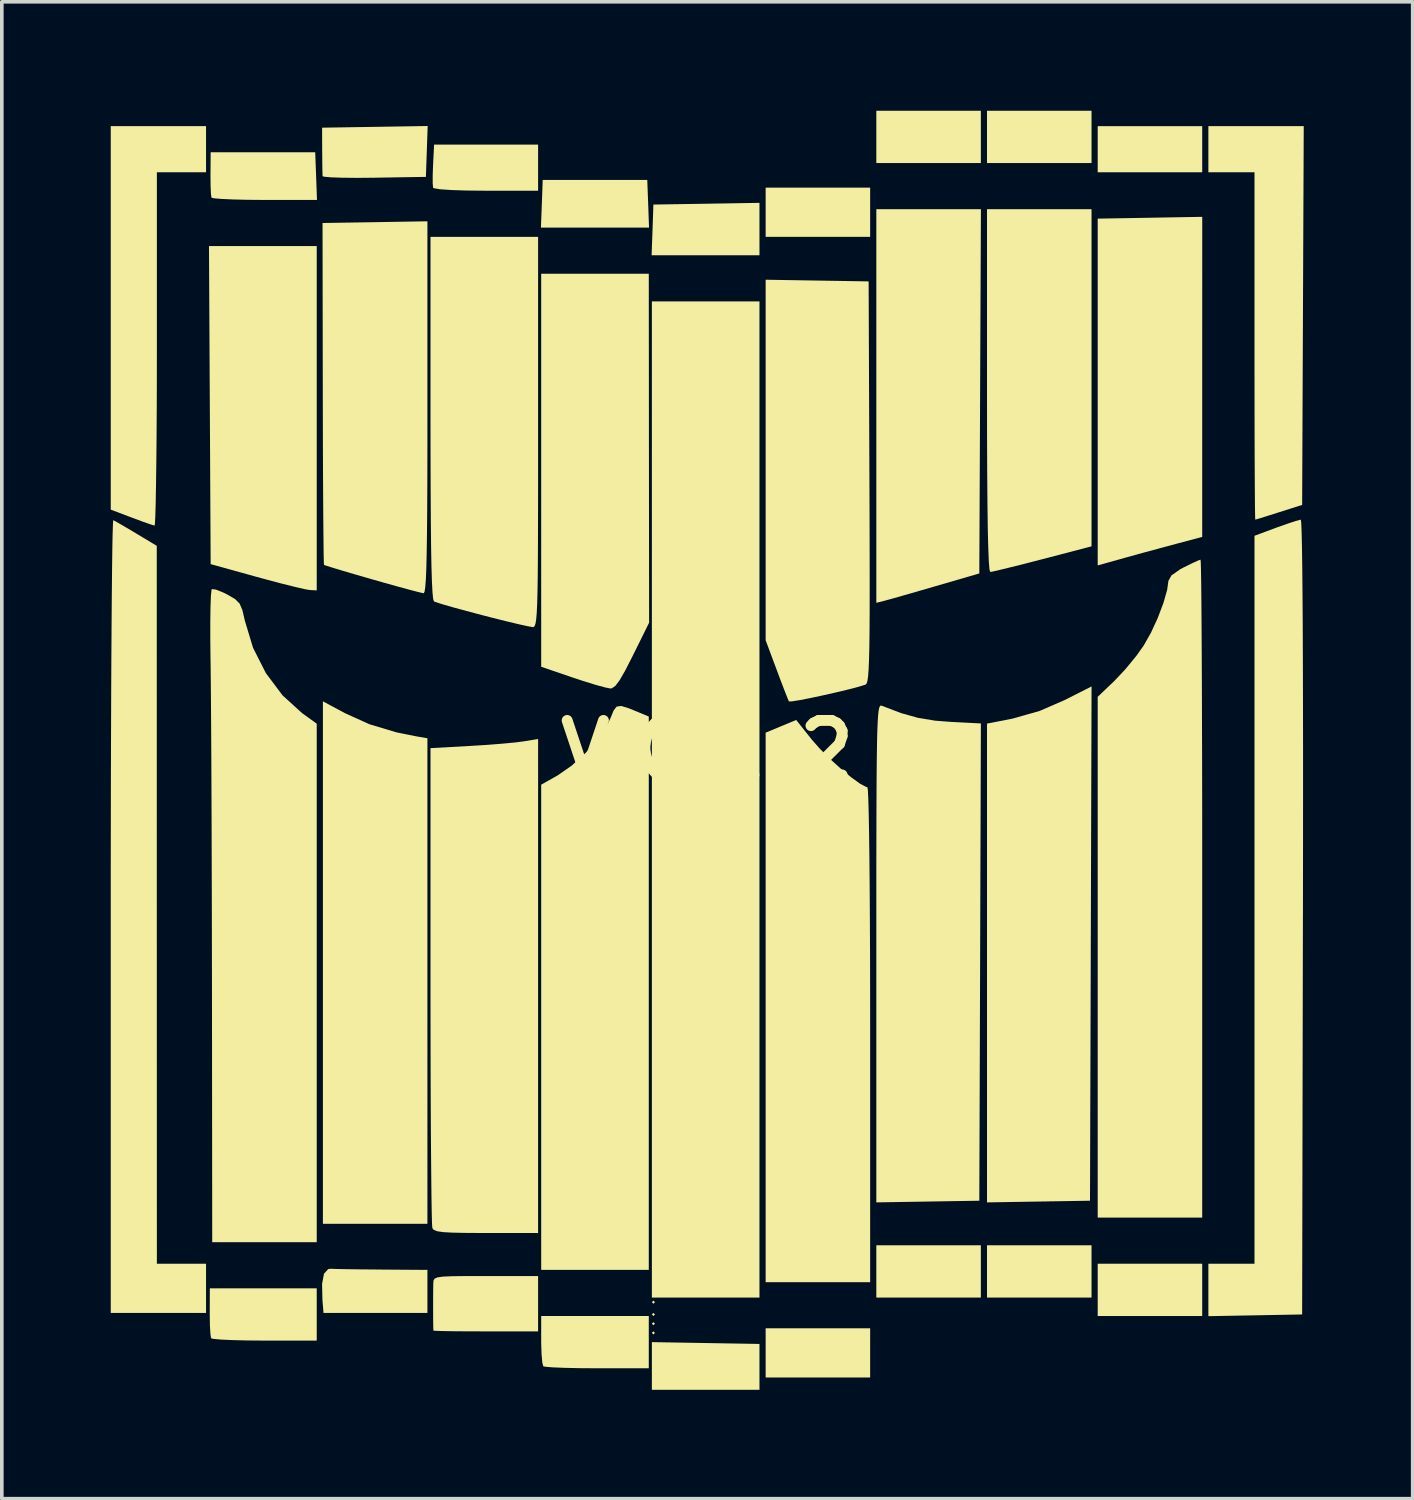
<source format=kicad_pcb>
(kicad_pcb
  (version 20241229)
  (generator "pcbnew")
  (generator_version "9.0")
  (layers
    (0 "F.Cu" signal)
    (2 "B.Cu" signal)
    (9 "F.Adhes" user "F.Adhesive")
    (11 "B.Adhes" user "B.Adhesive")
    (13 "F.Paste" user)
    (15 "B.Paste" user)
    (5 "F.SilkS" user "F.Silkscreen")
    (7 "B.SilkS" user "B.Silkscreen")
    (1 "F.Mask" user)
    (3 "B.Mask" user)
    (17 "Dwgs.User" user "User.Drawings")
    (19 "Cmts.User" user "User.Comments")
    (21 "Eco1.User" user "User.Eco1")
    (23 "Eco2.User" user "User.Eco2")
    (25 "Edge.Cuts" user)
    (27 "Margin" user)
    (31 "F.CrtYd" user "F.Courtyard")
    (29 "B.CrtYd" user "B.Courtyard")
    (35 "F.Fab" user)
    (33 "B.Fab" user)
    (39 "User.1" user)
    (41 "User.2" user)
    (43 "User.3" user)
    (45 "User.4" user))
  (footprint "VIGIL 2"
    (layer "F.Cu")
    (at 16.425 17.611)
    (property "Reference" "VIGIL 2" (at 0 0 0) (layer "F.SilkS") (effects (font (size 1.5 1.5) (thickness 0.3))))
    (attr board_only exclude_from_pos_files exclude_from_bom)
    (fp_poly (pts (xy -1.439 15.198) (xy -1.482 15.24) (xy -1.524 15.198) (xy -1.482 15.155)) (stroke (width 0) (type solid)) (fill yes) (layer "F.SilkS"))
    (fp_poly (pts (xy -1.439 15.536) (xy -1.482 15.579) (xy -1.524 15.536) (xy -1.482 15.494)) (stroke (width 0) (type solid)) (fill yes) (layer "F.SilkS"))
    (fp_poly (pts (xy -1.439 15.79) (xy -1.482 15.833) (xy -1.524 15.79) (xy -1.482 15.748)) (stroke (width 0) (type solid)) (fill yes) (layer "F.SilkS"))
    (fp_poly (pts (xy -1.439 16.044) (xy -1.482 16.087) (xy -1.524 16.044) (xy -1.482 16.002)) (stroke (width 0) (type solid)) (fill yes) (layer "F.SilkS"))
    (fp_poly (pts (xy -1.626 -15.05) (xy -1.602 -14.393) (xy -3.09 -14.393) (xy -4.579 -14.393) (xy -4.554 -15.05) (xy -4.53 -15.706) (xy -3.09 -15.706) (xy -1.651 -15.706)) (stroke (width 0) (type solid)) (fill yes) (layer "F.SilkS"))
    (fp_poly (pts (xy -0.042 16.323) (xy 1.439 16.348) (xy 1.439 16.979) (xy 1.439 17.611) (xy -0.042 17.611) (xy -1.524 17.611) (xy -1.524 16.954) (xy -1.524 16.298)) (stroke (width 0) (type solid)) (fill yes) (layer "F.SilkS"))
    (fp_poly (pts (xy 1.439 -14.353) (xy 1.439 -13.631) (xy -0.046 -13.631) (xy -1.531 -13.631) (xy -1.506 -14.33) (xy -1.482 -15.028) (xy -0.021 -15.051) (xy 1.439 -15.075)) (stroke (width 0) (type solid)) (fill yes) (layer "F.SilkS"))
    (fp_poly (pts (xy 1.439 1.355) (xy 1.439 15.071) (xy -0.042 15.071) (xy -1.524 15.071) (xy -1.524 1.355) (xy -1.524 -12.361) (xy -0.042 -12.361) (xy 1.439 -12.361)) (stroke (width 0) (type solid)) (fill yes) (layer "F.SilkS"))
    (fp_poly (pts (xy 4.487 -14.817) (xy 4.487 -14.139) (xy 3.048 -14.139) (xy 1.609 -14.139) (xy 1.609 -14.817) (xy 1.609 -15.494) (xy 3.048 -15.494) (xy 4.487 -15.494)) (stroke (width 0) (type solid)) (fill yes) (layer "F.SilkS"))
    (fp_poly (pts (xy 4.487 16.595) (xy 4.487 17.272) (xy 3.048 17.272) (xy 1.609 17.272) (xy 1.609 16.595) (xy 1.609 15.917) (xy 3.048 15.917) (xy 4.487 15.917)) (stroke (width 0) (type solid)) (fill yes) (layer "F.SilkS"))
    (fp_poly (pts (xy 7.535 -16.891) (xy 7.535 -16.171) (xy 6.096 -16.171) (xy 4.657 -16.171) (xy 4.657 -16.891) (xy 4.657 -17.611) (xy 6.096 -17.611) (xy 7.535 -17.611)) (stroke (width 0) (type solid)) (fill yes) (layer "F.SilkS"))
    (fp_poly (pts (xy 7.535 14.351) (xy 7.535 15.071) (xy 6.096 15.071) (xy 4.657 15.071) (xy 4.657 14.351) (xy 4.657 13.631) (xy 6.096 13.631) (xy 7.535 13.631)) (stroke (width 0) (type solid)) (fill yes) (layer "F.SilkS"))
    (fp_poly (pts (xy 10.583 -16.891) (xy 10.583 -16.171) (xy 9.144 -16.171) (xy 7.705 -16.171) (xy 7.705 -16.891) (xy 7.705 -17.611) (xy 9.144 -17.611) (xy 10.583 -17.611)) (stroke (width 0) (type solid)) (fill yes) (layer "F.SilkS"))
    (fp_poly (pts (xy 10.583 14.351) (xy 10.583 15.071) (xy 9.144 15.071) (xy 7.705 15.071) (xy 7.705 14.351) (xy 7.705 13.631) (xy 9.144 13.631) (xy 10.583 13.631)) (stroke (width 0) (type solid)) (fill yes) (layer "F.SilkS"))
    (fp_poly (pts (xy 13.631 -16.552) (xy 13.631 -15.917) (xy 12.192 -15.917) (xy 10.753 -15.917) (xy 10.753 -16.552) (xy 10.753 -17.187) (xy 12.192 -17.187) (xy 13.631 -17.187)) (stroke (width 0) (type solid)) (fill yes) (layer "F.SilkS"))
    (fp_poly (pts (xy 13.631 14.859) (xy 13.631 15.579) (xy 12.192 15.579) (xy 10.753 15.579) (xy 10.753 14.859) (xy 10.753 14.139) (xy 12.192 14.139) (xy 13.631 14.139)) (stroke (width 0) (type solid)) (fill yes) (layer "F.SilkS"))
    (fp_poly (pts (xy 10.563 5.323) (xy 10.541 12.404) (xy 9.123 12.427) (xy 7.705 12.45) (xy 7.705 5.857) (xy 7.705 -0.735) (xy 8.403 -0.871) (xy 9.153 -1.083) (xy 9.843 -1.383) (xy 10.584 -1.758)) (stroke (width 0) (type solid)) (fill yes) (layer "F.SilkS"))
    (fp_poly (pts (xy -9.97 -1.019) (xy -9.302 -0.717) (xy -8.559 -0.494) (xy -8.022 -0.386) (xy -7.705 -0.331) (xy -7.705 6.354) (xy -7.705 13.039) (xy -9.144 13.039) (xy -10.583 13.039) (xy -10.583 5.846) (xy -10.583 -1.348)) (stroke (width 0) (type solid)) (fill yes) (layer "F.SilkS"))
    (fp_poly (pts (xy 13.631 -10.283) (xy 13.631 -5.876) (xy 12.933 -5.69) (xy 12.498 -5.573) (xy 12 -5.438) (xy 11.54 -5.311) (xy 11.493 -5.298) (xy 10.753 -5.091) (xy 10.753 -9.865) (xy 10.753 -14.64) (xy 12.192 -14.665) (xy 13.632 -14.69)) (stroke (width 0) (type solid)) (fill yes) (layer "F.SilkS"))
    (fp_poly (pts (xy -10.753 -9.144) (xy -10.753 -4.403) (xy -10.943 -4.413) (xy -11.089 -4.438) (xy -11.364 -4.502) (xy -11.735 -4.595) (xy -12.169 -4.71) (xy -12.404 -4.774) (xy -13.674 -5.126) (xy -13.697 -9.506) (xy -13.72 -13.885) (xy -12.236 -13.885) (xy -10.753 -13.885)) (stroke (width 0) (type solid)) (fill yes) (layer "F.SilkS"))
    (fp_poly (pts (xy 7.515 -9.885) (xy 7.493 -4.87) (xy 6.28 -4.517) (xy 5.835 -4.388) (xy 5.435 -4.273) (xy 5.113 -4.181) (xy 4.905 -4.124) (xy 4.861 -4.112) (xy 4.657 -4.061) (xy 4.657 -9.481) (xy 4.657 -14.901) (xy 6.097 -14.901) (xy 7.537 -14.901)) (stroke (width 0) (type solid)) (fill yes) (layer "F.SilkS"))
    (fp_poly (pts (xy -4.657 -16.044) (xy -4.657 -15.409) (xy -6.089 -15.409) (xy -6.619 -15.414) (xy -7.048 -15.428) (xy -7.357 -15.449) (xy -7.524 -15.477) (xy -7.549 -15.492) (xy -7.56 -15.615) (xy -7.559 -15.853) (xy -7.549 -16.127) (xy -7.521 -16.679) (xy -6.089 -16.679) (xy -4.657 -16.679)) (stroke (width 0) (type solid)) (fill yes) (layer "F.SilkS"))
    (fp_poly (pts (xy -10.77 -15.812) (xy -10.746 -15.155) (xy -12.183 -15.155) (xy -12.658 -15.159) (xy -13.071 -15.169) (xy -13.392 -15.184) (xy -13.595 -15.202) (xy -13.652 -15.219) (xy -13.667 -15.33) (xy -13.676 -15.561) (xy -13.679 -15.863) (xy -13.678 -15.875) (xy -13.674 -16.468) (xy -12.234 -16.468) (xy -10.795 -16.468)) (stroke (width 0) (type solid)) (fill yes) (layer "F.SilkS"))
    (fp_poly (pts (xy -10.753 15.536) (xy -10.753 16.256) (xy -12.187 16.256) (xy -12.662 16.252) (xy -13.076 16.242) (xy -13.399 16.227) (xy -13.603 16.208) (xy -13.662 16.191) (xy -13.68 16.081) (xy -13.694 15.847) (xy -13.699 15.537) (xy -13.699 15.471) (xy -13.697 14.817) (xy -12.225 14.817) (xy -10.753 14.817)) (stroke (width 0) (type solid)) (fill yes) (layer "F.SilkS"))
    (fp_poly (pts (xy -10.229 14.283) (xy -9.953 14.289) (xy -9.577 14.294) (xy -9.137 14.298) (xy -8.954 14.3) (xy -7.705 14.309) (xy -7.705 14.901) (xy -7.705 15.494) (xy -9.135 15.494) (xy -10.566 15.494) (xy -10.596 15.134) (xy -10.606 14.698) (xy -10.553 14.414) (xy -10.436 14.286) (xy -10.372 14.278)) (stroke (width 0) (type solid)) (fill yes) (layer "F.SilkS"))
    (fp_poly (pts (xy -7.722 -16.491) (xy -7.747 -15.79) (xy -9.165 -15.767) (xy -9.635 -15.763) (xy -10.039 -15.767) (xy -10.352 -15.777) (xy -10.544 -15.794) (xy -10.592 -15.809) (xy -10.596 -15.921) (xy -10.6 -16.154) (xy -10.602 -16.462) (xy -10.603 -16.51) (xy -10.605 -17.145) (xy -9.151 -17.168) (xy -7.698 -17.191)) (stroke (width 0) (type solid)) (fill yes) (layer "F.SilkS"))
    (fp_poly (pts (xy -1.609 16.298) (xy -1.609 17.018) (xy -3.034 17.018) (xy -3.509 17.015) (xy -3.924 17.006) (xy -4.249 16.993) (xy -4.456 16.976) (xy -4.516 16.962) (xy -4.542 16.856) (xy -4.562 16.625) (xy -4.572 16.316) (xy -4.572 16.242) (xy -4.572 15.579) (xy -3.09 15.579) (xy -1.609 15.579)) (stroke (width 0) (type solid)) (fill yes) (layer "F.SilkS"))
    (fp_poly (pts (xy -1.605 -8.319) (xy -1.6 -3.514) (xy -2.049 -2.606) (xy -2.256 -2.201) (xy -2.411 -1.93) (xy -2.53 -1.773) (xy -2.627 -1.707) (xy -2.667 -1.702) (xy -2.814 -1.731) (xy -3.08 -1.804) (xy -3.422 -1.91) (xy -3.704 -2.003) (xy -4.572 -2.3) (xy -4.572 -7.712) (xy -4.572 -13.123) (xy -3.09 -13.123) (xy -1.609 -13.123)) (stroke (width 0) (type solid)) (fill yes) (layer "F.SilkS"))
    (fp_poly (pts (xy -2.167 -1.16) (xy -1.891 -1.047) (xy -1.609 -0.929) (xy -1.609 6.69) (xy -1.609 14.309) (xy -3.09 14.309) (xy -4.572 14.309) (xy -4.572 7.628) (xy -4.572 0.947) (xy -4.123 0.694) (xy -3.733 0.424) (xy -3.345 0.069) (xy -3.002 -0.325) (xy -2.745 -0.711) (xy -2.662 -0.889) (xy -2.578 -1.094) (xy -2.495 -1.202) (xy -2.371 -1.221)) (stroke (width 0) (type solid)) (fill yes) (layer "F.SilkS"))
    (fp_poly (pts (xy 10.583 -10.259) (xy 10.583 -5.616) (xy 9.232 -5.263) (xy 8.775 -5.145) (xy 8.372 -5.044) (xy 8.055 -4.967) (xy 7.851 -4.92) (xy 7.793 -4.911) (xy 7.772 -4.984) (xy 7.754 -5.208) (xy 7.739 -5.583) (xy 7.726 -6.113) (xy 7.717 -6.802) (xy 7.71 -7.651) (xy 7.706 -8.663) (xy 7.705 -9.842) (xy 7.705 -9.906) (xy 7.705 -14.901) (xy 9.144 -14.901) (xy 10.583 -14.901)) (stroke (width 0) (type solid)) (fill yes) (layer "F.SilkS"))
    (fp_poly (pts (xy -13.801 -16.552) (xy -13.801 -15.917) (xy -14.478 -15.917) (xy -15.155 -15.917) (xy -15.155 -11.049) (xy -15.156 -10.159) (xy -15.159 -9.321) (xy -15.164 -8.552) (xy -15.171 -7.865) (xy -15.179 -7.275) (xy -15.188 -6.798) (xy -15.198 -6.448) (xy -15.209 -6.241) (xy -15.219 -6.187) (xy -15.324 -6.219) (xy -15.542 -6.295) (xy -15.827 -6.401) (xy -15.854 -6.411) (xy -16.425 -6.627) (xy -16.425 -11.907) (xy -16.425 -17.187) (xy -15.113 -17.187) (xy -13.801 -17.187)) (stroke (width 0) (type solid)) (fill yes) (layer "F.SilkS"))
    (fp_poly (pts (xy 16.405 -11.972) (xy 16.383 -6.757) (xy 15.748 -6.555) (xy 15.448 -6.46) (xy 15.218 -6.388) (xy 15.099 -6.353) (xy 15.092 -6.351) (xy 15.088 -6.433) (xy 15.084 -6.669) (xy 15.081 -7.045) (xy 15.078 -7.544) (xy 15.075 -8.153) (xy 15.073 -8.855) (xy 15.072 -9.636) (xy 15.071 -10.482) (xy 15.071 -11.134) (xy 15.071 -15.917) (xy 14.436 -15.917) (xy 13.801 -15.917) (xy 13.801 -16.552) (xy 13.801 -17.187) (xy 15.114 -17.187) (xy 16.427 -17.187)) (stroke (width 0) (type solid)) (fill yes) (layer "F.SilkS"))
    (fp_poly (pts (xy -4.657 15.24) (xy -4.657 16.002) (xy -6.096 16.002) (xy -6.569 16.001) (xy -6.977 15.998) (xy -7.293 15.993) (xy -7.489 15.986) (xy -7.541 15.981) (xy -7.544 15.888) (xy -7.547 15.677) (xy -7.548 15.399) (xy -7.548 15.105) (xy -7.546 14.846) (xy -7.543 14.675) (xy -7.543 14.668) (xy -7.536 14.599) (xy -7.505 14.549) (xy -7.427 14.515) (xy -7.278 14.494) (xy -7.034 14.483) (xy -6.67 14.479) (xy -6.164 14.478) (xy -6.096 14.478) (xy -4.657 14.478)) (stroke (width 0) (type solid)) (fill yes) (layer "F.SilkS"))
    (fp_poly (pts (xy 4.805 -1.227) (xy 5.342 -1.023) (xy 5.809 -0.892) (xy 6.28 -0.815) (xy 6.71 -0.782) (xy 7.536 -0.739) (xy 7.515 5.832) (xy 7.493 12.404) (xy 6.075 12.427) (xy 4.657 12.45) (xy 4.657 5.581) (xy 4.657 4.341) (xy 4.657 3.26) (xy 4.659 2.327) (xy 4.661 1.531) (xy 4.664 0.862) (xy 4.669 0.308) (xy 4.675 -0.14) (xy 4.683 -0.494) (xy 4.694 -0.764) (xy 4.706 -0.961) (xy 4.721 -1.095) (xy 4.739 -1.178) (xy 4.76 -1.22) (xy 4.784 -1.232)) (stroke (width 0) (type solid)) (fill yes) (layer "F.SilkS"))
    (fp_poly (pts (xy 2.88 -0.295) (xy 3.104 -0.04) (xy 3.38 0.236) (xy 3.678 0.506) (xy 3.965 0.744) (xy 4.209 0.921) (xy 4.379 1.01) (xy 4.411 1.016) (xy 4.424 1.099) (xy 4.436 1.341) (xy 4.447 1.733) (xy 4.457 2.264) (xy 4.466 2.925) (xy 4.473 3.705) (xy 4.479 4.594) (xy 4.484 5.583) (xy 4.486 6.661) (xy 4.487 7.819) (xy 4.487 7.832) (xy 4.487 14.647) (xy 3.048 14.647) (xy 1.609 14.647) (xy 1.609 7.081) (xy 1.609 -0.485) (xy 2.029 -0.66) (xy 2.45 -0.835)) (stroke (width 0) (type solid)) (fill yes) (layer "F.SilkS"))
    (fp_poly (pts (xy -4.657 6.49) (xy -4.657 13.293) (xy -6.087 13.293) (xy -6.62 13.291) (xy -7.007 13.283) (xy -7.271 13.269) (xy -7.438 13.244) (xy -7.529 13.208) (xy -7.569 13.159) (xy -7.577 13.055) (xy -7.585 12.794) (xy -7.592 12.391) (xy -7.598 11.859) (xy -7.604 11.21) (xy -7.61 10.458) (xy -7.614 9.616) (xy -7.617 8.697) (xy -7.619 7.715) (xy -7.62 6.684) (xy -7.62 6.483) (xy -7.62 -0.059) (xy -6.54 -0.119) (xy -6.087 -0.147) (xy -5.655 -0.181) (xy -5.294 -0.215) (xy -5.059 -0.245) (xy -4.657 -0.312)) (stroke (width 0) (type solid)) (fill yes) (layer "F.SilkS"))
    (fp_poly (pts (xy 16.358 -6.266) (xy 16.368 -6.018) (xy 16.378 -5.609) (xy 16.386 -5.045) (xy 16.393 -4.33) (xy 16.399 -3.47) (xy 16.403 -2.468) (xy 16.406 -1.329) (xy 16.408 -0.058) (xy 16.408 1.34) (xy 16.407 2.861) (xy 16.405 4.5) (xy 16.404 4.593) (xy 16.383 15.536) (xy 15.092 15.56) (xy 13.801 15.583) (xy 13.801 14.861) (xy 13.801 14.139) (xy 14.436 14.139) (xy 15.071 14.139) (xy 15.071 4.116) (xy 15.071 -5.907) (xy 15.668 -6.129) (xy 15.967 -6.235) (xy 16.205 -6.314) (xy 16.338 -6.349) (xy 16.346 -6.35)) (stroke (width 0) (type solid)) (fill yes) (layer "F.SilkS"))
    (fp_poly (pts (xy -16.253 -6.281) (xy -16.047 -6.162) (xy -15.778 -6.003) (xy -15.722 -5.969) (xy -15.158 -5.63) (xy -15.157 4.255) (xy -15.155 14.139) (xy -14.478 14.139) (xy -13.801 14.139) (xy -13.801 14.817) (xy -13.801 15.494) (xy -15.113 15.494) (xy -16.425 15.494) (xy -16.425 4.565) (xy -16.425 3.22) (xy -16.423 1.923) (xy -16.421 0.684) (xy -16.417 -0.487) (xy -16.413 -1.581) (xy -16.408 -2.586) (xy -16.402 -3.494) (xy -16.396 -4.294) (xy -16.389 -4.977) (xy -16.382 -5.532) (xy -16.374 -5.95) (xy -16.365 -6.22) (xy -16.357 -6.333) (xy -16.355 -6.336)) (stroke (width 0) (type solid)) (fill yes) (layer "F.SilkS"))
    (fp_poly (pts (xy 3.027 -12.935) (xy 4.445 -12.912) (xy 4.467 -7.385) (xy 4.471 -6.27) (xy 4.473 -5.313) (xy 4.474 -4.502) (xy 4.473 -3.825) (xy 4.47 -3.269) (xy 4.464 -2.824) (xy 4.455 -2.478) (xy 4.444 -2.218) (xy 4.43 -2.034) (xy 4.412 -1.912) (xy 4.391 -1.842) (xy 4.366 -1.811) (xy 4.361 -1.809) (xy 4.179 -1.752) (xy 3.899 -1.678) (xy 3.556 -1.596) (xy 3.191 -1.513) (xy 2.839 -1.438) (xy 2.54 -1.38) (xy 2.331 -1.347) (xy 2.25 -1.345) (xy 2.209 -1.442) (xy 2.123 -1.661) (xy 2.006 -1.967) (xy 1.914 -2.213) (xy 1.609 -3.029) (xy 1.609 -7.994) (xy 1.609 -12.958)) (stroke (width 0) (type solid)) (fill yes) (layer "F.SilkS"))
    (fp_poly (pts (xy 13.592 -5.166) (xy 13.598 -4.925) (xy 13.604 -4.537) (xy 13.609 -4.012) (xy 13.614 -3.361) (xy 13.618 -2.596) (xy 13.622 -1.727) (xy 13.625 -0.766) (xy 13.628 0.277) (xy 13.63 1.391) (xy 13.631 2.564) (xy 13.631 3.787) (xy 13.631 3.81) (xy 13.631 12.869) (xy 12.192 12.869) (xy 10.753 12.869) (xy 10.753 5.699) (xy 10.753 -1.472) (xy 11.214 -1.912) (xy 11.511 -2.227) (xy 11.816 -2.598) (xy 12.019 -2.884) (xy 12.219 -3.236) (xy 12.406 -3.643) (xy 12.562 -4.054) (xy 12.666 -4.418) (xy 12.7 -4.664) (xy 12.784 -4.816) (xy 13.033 -4.99) (xy 13.121 -5.036) (xy 13.359 -5.153) (xy 13.531 -5.231) (xy 13.586 -5.249)) (stroke (width 0) (type solid)) (fill yes) (layer "F.SilkS"))
    (fp_poly (pts (xy -7.705 -9.442) (xy -7.705 -8.342) (xy -7.707 -7.4) (xy -7.711 -6.607) (xy -7.717 -5.952) (xy -7.725 -5.424) (xy -7.735 -5.013) (xy -7.748 -4.708) (xy -7.764 -4.499) (xy -7.782 -4.375) (xy -7.804 -4.327) (xy -7.811 -4.325) (xy -7.925 -4.35) (xy -8.171 -4.413) (xy -8.52 -4.508) (xy -8.941 -4.626) (xy -9.222 -4.706) (xy -9.665 -4.834) (xy -10.046 -4.946) (xy -10.339 -5.035) (xy -10.515 -5.091) (xy -10.553 -5.106) (xy -10.558 -5.193) (xy -10.563 -5.434) (xy -10.567 -5.814) (xy -10.572 -6.317) (xy -10.576 -6.928) (xy -10.58 -7.632) (xy -10.583 -8.413) (xy -10.585 -9.256) (xy -10.586 -9.826) (xy -10.593 -14.52) (xy -9.149 -14.543) (xy -7.705 -14.567)) (stroke (width 0) (type solid)) (fill yes) (layer "F.SilkS"))
    (fp_poly (pts (xy -13.534 -4.426) (xy -13.335 -4.348) (xy -13.206 -4.284) (xy -13 -4.163) (xy -12.877 -4.04) (xy -12.8 -3.86) (xy -12.732 -3.568) (xy -12.731 -3.564) (xy -12.506 -2.82) (xy -12.153 -2.124) (xy -11.695 -1.513) (xy -11.156 -1.023) (xy -11.139 -1.011) (xy -10.753 -0.733) (xy -10.753 6.407) (xy -10.753 13.547) (xy -12.192 13.547) (xy -13.631 13.547) (xy -13.638 6.456) (xy -13.64 5.321) (xy -13.642 4.195) (xy -13.645 3.095) (xy -13.648 2.04) (xy -13.652 1.045) (xy -13.656 0.129) (xy -13.661 -0.692) (xy -13.666 -1.401) (xy -13.671 -1.98) (xy -13.676 -2.413) (xy -13.678 -2.516) (xy -13.684 -3.063) (xy -13.684 -3.551) (xy -13.678 -3.955) (xy -13.667 -4.252) (xy -13.651 -4.415) (xy -13.642 -4.438)) (stroke (width 0) (type solid)) (fill yes) (layer "F.SilkS"))
    (fp_poly (pts (xy -4.657 -8.763) (xy -4.657 -7.675) (xy -4.658 -6.744) (xy -4.66 -5.958) (xy -4.663 -5.305) (xy -4.667 -4.772) (xy -4.674 -4.348) (xy -4.683 -4.02) (xy -4.695 -3.776) (xy -4.71 -3.605) (xy -4.728 -3.492) (xy -4.75 -3.428) (xy -4.775 -3.398) (xy -4.805 -3.392) (xy -4.936 -3.415) (xy -5.198 -3.473) (xy -5.558 -3.559) (xy -5.983 -3.666) (xy -6.191 -3.72) (xy -6.631 -3.836) (xy -7.014 -3.941) (xy -7.311 -4.027) (xy -7.49 -4.085) (xy -7.525 -4.1) (xy -7.547 -4.168) (xy -7.565 -4.349) (xy -7.581 -4.649) (xy -7.594 -5.076) (xy -7.604 -5.638) (xy -7.611 -6.341) (xy -7.616 -7.193) (xy -7.619 -8.201) (xy -7.62 -9.149) (xy -7.62 -14.139) (xy -6.138 -14.139) (xy -4.657 -14.139)) (stroke (width 0) (type solid)) (fill yes) (layer "F.SilkS")))
  (gr_rect
    (start -3 -3)
    (end 35.852 38.221)
    (stroke (width 0.1) (type default))
    (fill no)
    (layer "Edge.Cuts")))
</source>
